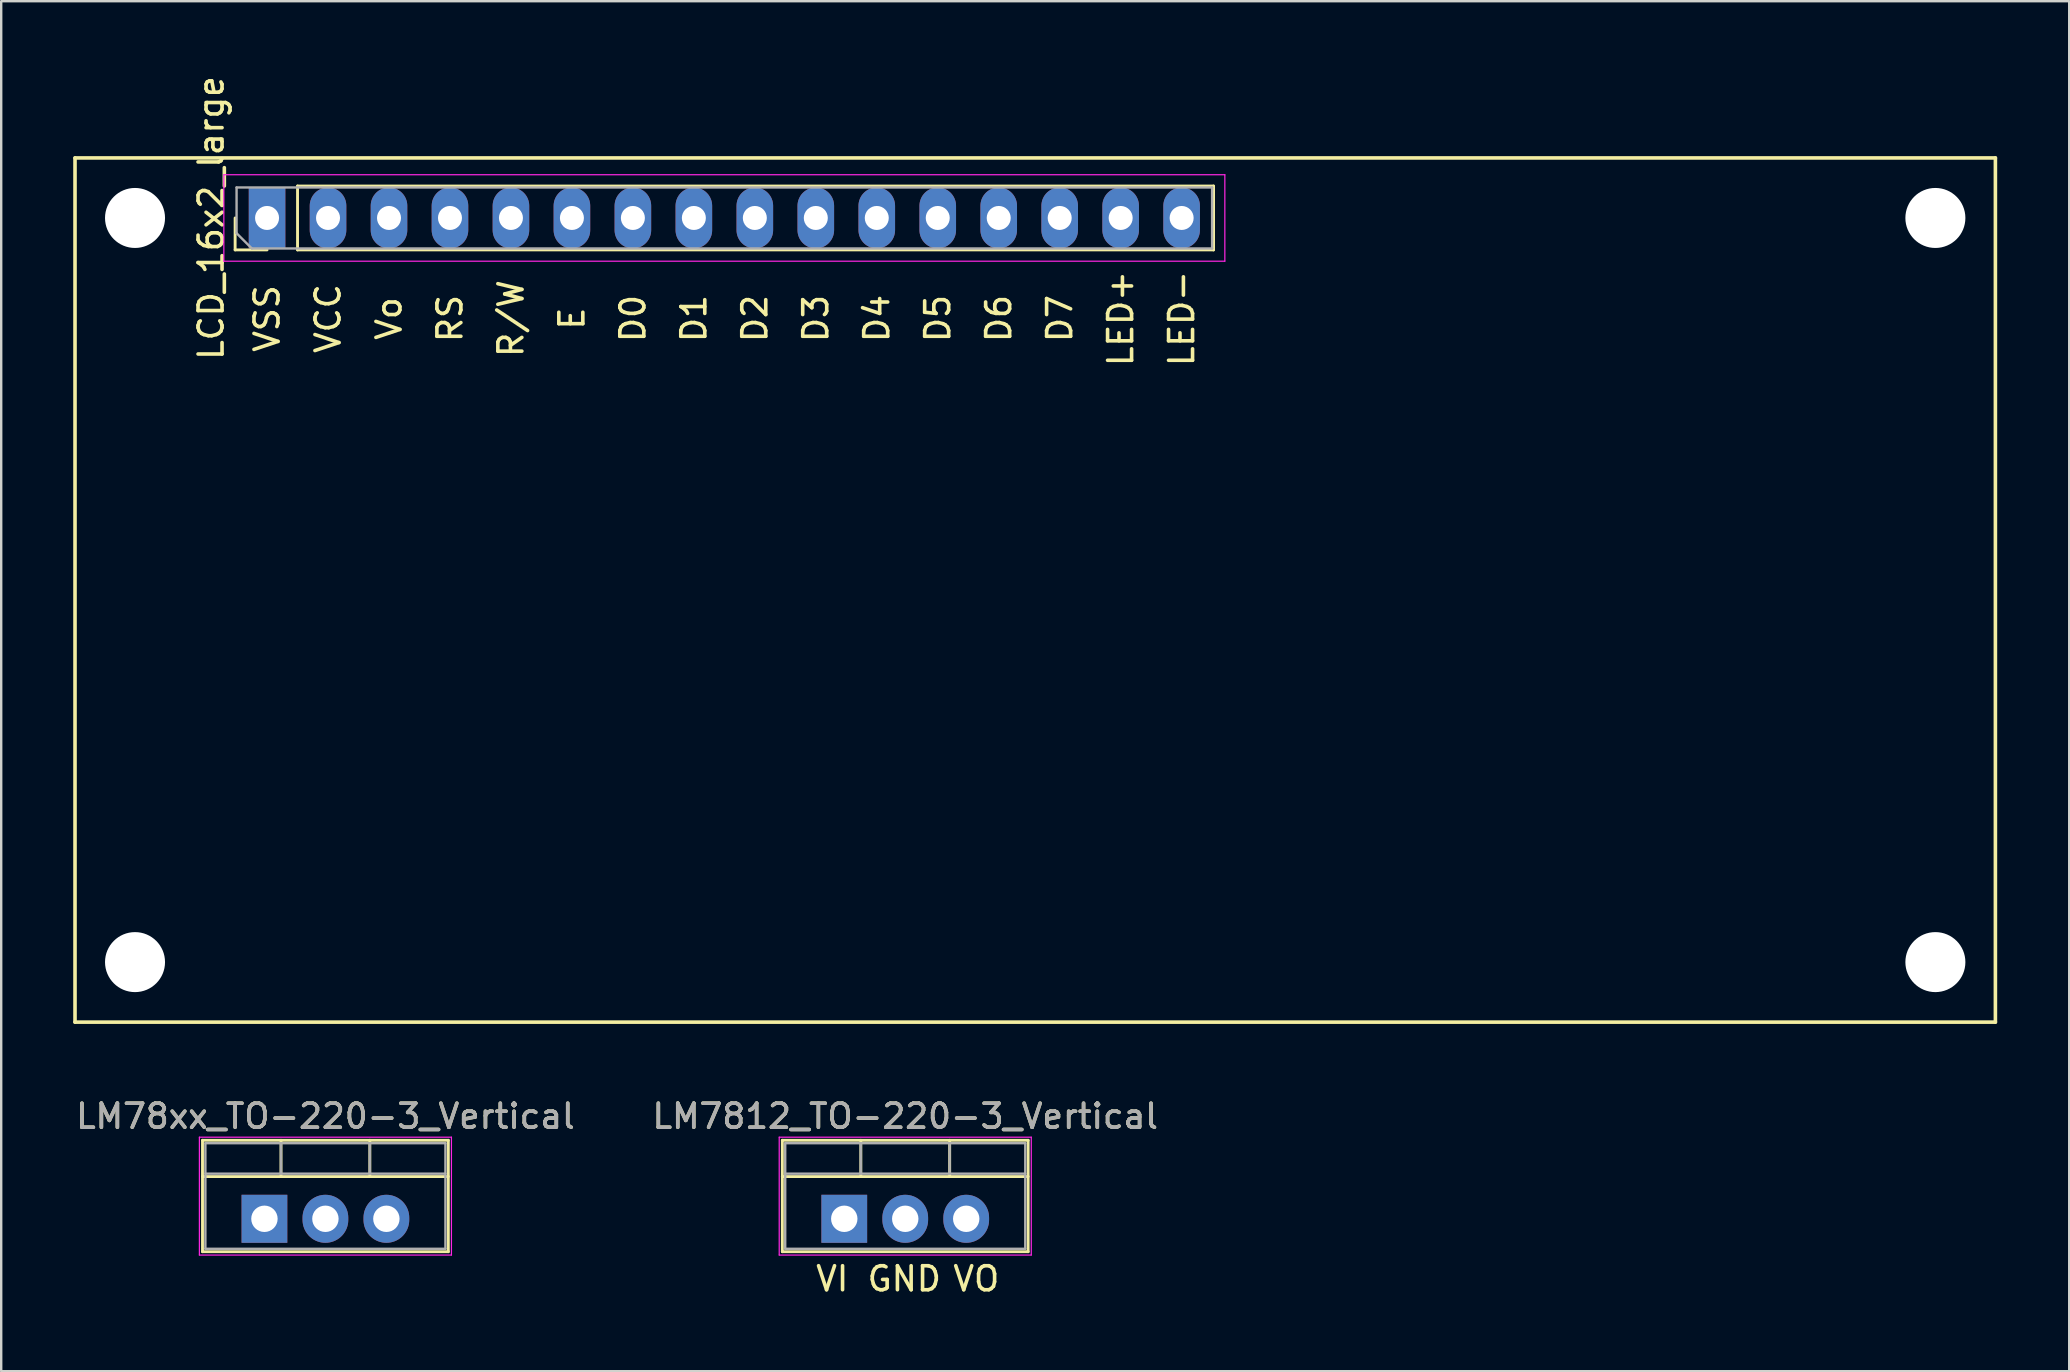
<source format=kicad_pcb>
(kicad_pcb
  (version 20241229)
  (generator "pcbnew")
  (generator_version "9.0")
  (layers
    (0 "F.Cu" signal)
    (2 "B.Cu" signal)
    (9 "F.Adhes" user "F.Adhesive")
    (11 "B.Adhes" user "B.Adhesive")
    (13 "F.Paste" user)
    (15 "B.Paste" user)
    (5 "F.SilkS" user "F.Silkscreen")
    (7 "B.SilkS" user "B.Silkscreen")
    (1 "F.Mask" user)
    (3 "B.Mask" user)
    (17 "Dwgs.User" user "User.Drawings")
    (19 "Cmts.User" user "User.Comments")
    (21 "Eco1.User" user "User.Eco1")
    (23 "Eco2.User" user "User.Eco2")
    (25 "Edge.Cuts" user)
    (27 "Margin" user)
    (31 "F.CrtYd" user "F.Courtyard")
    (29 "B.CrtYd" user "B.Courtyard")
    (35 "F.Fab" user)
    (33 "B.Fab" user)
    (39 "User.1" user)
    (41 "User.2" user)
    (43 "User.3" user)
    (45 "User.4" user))
  (footprint "LCD_16x2_large"
    (layer "F.Cu")
    (at 8.075 6.03)
    (property "Reference" "LCD_16x2_large" (at -2.33 0 90) (layer "F.SilkS") (effects (font (size 1 1) (thickness 0.15))))
    (attr through_hole)
    (fp_line (start -8 -2.5) (end -8 33.5) (stroke (width 0.15) (type solid)) (layer "F.SilkS"))
    (fp_line (start -8 33.5) (end 72 33.5) (stroke (width 0.15) (type solid)) (layer "F.SilkS"))
    (fp_line (start -1.33 1.33) (end -1.33 0) (stroke (width 0.12) (type solid)) (layer "F.SilkS"))
    (fp_line (start 0 1.33) (end -1.33 1.33) (stroke (width 0.12) (type solid)) (layer "F.SilkS"))
    (fp_line (start 1.27 -1.33) (end 39.43 -1.33) (stroke (width 0.12) (type solid)) (layer "F.SilkS"))
    (fp_line (start 1.27 1.33) (end 1.27 -1.33) (stroke (width 0.12) (type solid)) (layer "F.SilkS"))
    (fp_line (start 1.27 1.33) (end 39.43 1.33) (stroke (width 0.12) (type solid)) (layer "F.SilkS"))
    (fp_line (start 39.43 1.33) (end 39.43 -1.33) (stroke (width 0.12) (type solid)) (layer "F.SilkS"))
    (fp_line (start 72 -2.5) (end -8 -2.5) (stroke (width 0.15) (type solid)) (layer "F.SilkS"))
    (fp_line (start 72 33.5) (end 72 -2.5) (stroke (width 0.15) (type solid)) (layer "F.SilkS"))
    (fp_line (start -1.8 -1.8) (end -1.8 1.8) (stroke (width 0.05) (type solid)) (layer "F.CrtYd"))
    (fp_line (start -1.8 1.8) (end 39.9 1.8) (stroke (width 0.05) (type solid)) (layer "F.CrtYd"))
    (fp_line (start 39.9 -1.8) (end -1.8 -1.8) (stroke (width 0.05) (type solid)) (layer "F.CrtYd"))
    (fp_line (start 39.9 1.8) (end 39.9 -1.8) (stroke (width 0.05) (type solid)) (layer "F.CrtYd"))
    (fp_line (start -1.27 -1.27) (end 39.37 -1.27) (stroke (width 0.1) (type solid)) (layer "F.Fab"))
    (fp_line (start -1.27 0.635) (end -1.27 -1.27) (stroke (width 0.1) (type solid)) (layer "F.Fab"))
    (fp_line (start -0.635 1.27) (end -1.27 0.635) (stroke (width 0.1) (type solid)) (layer "F.Fab"))
    (fp_line (start 39.37 -1.27) (end 39.37 1.27) (stroke (width 0.1) (type solid)) (layer "F.Fab"))
    (fp_line (start 39.37 1.27) (end -0.635 1.27) (stroke (width 0.1) (type solid)) (layer "F.Fab"))
    (fp_text user "VSS" (at 0 4.19 90) (layer "F.SilkS") (effects (font (size 1 1) (thickness 0.15))))
    (fp_text user "D7" (at 33.02 4.19 90) (layer "F.SilkS") (effects (font (size 1 1) (thickness 0.15))))
    (fp_text user "D0" (at 15.24 4.19 90) (layer "F.SilkS") (effects (font (size 1 1) (thickness 0.15))))
    (fp_text user "R/W" (at 10.16 4.19 90) (layer "F.SilkS") (effects (font (size 1 1) (thickness 0.15))))
    (fp_text user "D3" (at 22.86 4.19 90) (layer "F.SilkS") (effects (font (size 1 1) (thickness 0.15))))
    (fp_text user "E" (at 12.7 4.19 90) (layer "F.SilkS") (effects (font (size 1 1) (thickness 0.15))))
    (fp_text user "LED-" (at 38.1 4.19 90) (layer "F.SilkS") (effects (font (size 1 1) (thickness 0.15))))
    (fp_text user "D5" (at 27.94 4.19 90) (layer "F.SilkS") (effects (font (size 1 1) (thickness 0.15))))
    (fp_text user "D6" (at 30.48 4.19 90) (layer "F.SilkS") (effects (font (size 1 1) (thickness 0.15))))
    (fp_text user "D1" (at 17.78 4.19 90) (layer "F.SilkS") (effects (font (size 1 1) (thickness 0.15))))
    (fp_text user "RS" (at 7.62 4.19 90) (layer "F.SilkS") (effects (font (size 1 1) (thickness 0.15))))
    (fp_text user "D2" (at 20.32 4.19 90) (layer "F.SilkS") (effects (font (size 1 1) (thickness 0.15))))
    (fp_text user "LED+" (at 35.56 4.19 90) (layer "F.SilkS") (effects (font (size 1 1) (thickness 0.15))))
    (fp_text user "VCC" (at 2.54 4.19 90) (layer "F.SilkS") (effects (font (size 1 1) (thickness 0.15))))
    (fp_text user "Vo" (at 5.08 4.19 90) (layer "F.SilkS") (effects (font (size 1 1) (thickness 0.15))))
    (fp_text user "D4" (at 25.4 4.19 90) (layer "F.SilkS") (effects (font (size 1 1) (thickness 0.15))))
    (pad "" np_thru_hole circle (at -5.5 0) (size 2.5 2.5) (drill 2.5) (layers "*.Cu" "*.Mask"))
    (pad "" np_thru_hole circle (at -5.5 31) (size 2.5 2.5) (drill 2.5) (layers "*.Cu" "*.Mask"))
    (pad "" np_thru_hole circle (at 69.5 0) (size 2.5 2.5) (drill 2.5) (layers "*.Cu" "*.Mask"))
    (pad "" np_thru_hole circle (at 69.5 31) (size 2.5 2.5) (drill 2.5) (layers "*.Cu" "*.Mask"))
    (pad "1" thru_hole rect (at 0 0 90) (size 2.54 1.524) (drill 1) (layers "*.Cu" "*.Mask"))
    (pad "2" thru_hole oval (at 2.54 0 90) (size 2.54 1.524) (drill 1) (layers "*.Cu" "*.Mask"))
    (pad "3" thru_hole oval (at 5.08 0 90) (size 2.54 1.524) (drill 1) (layers "*.Cu" "*.Mask"))
    (pad "4" thru_hole oval (at 7.62 0 90) (size 2.54 1.524) (drill 1) (layers "*.Cu" "*.Mask"))
    (pad "5" thru_hole oval (at 10.16 0 90) (size 2.54 1.524) (drill 1) (layers "*.Cu" "*.Mask"))
    (pad "6" thru_hole oval (at 12.7 0 90) (size 2.54 1.524) (drill 1) (layers "*.Cu" "*.Mask"))
    (pad "7" thru_hole oval (at 15.24 0 90) (size 2.54 1.524) (drill 1) (layers "*.Cu" "*.Mask"))
    (pad "8" thru_hole oval (at 17.78 0 90) (size 2.54 1.524) (drill 1) (layers "*.Cu" "*.Mask"))
    (pad "9" thru_hole oval (at 20.32 0 90) (size 2.54 1.524) (drill 1) (layers "*.Cu" "*.Mask"))
    (pad "10" thru_hole oval (at 22.86 0 90) (size 2.54 1.524) (drill 1) (layers "*.Cu" "*.Mask"))
    (pad "11" thru_hole oval (at 25.4 0 90) (size 2.54 1.524) (drill 1) (layers "*.Cu" "*.Mask"))
    (pad "12" thru_hole oval (at 27.94 0 90) (size 2.54 1.524) (drill 1) (layers "*.Cu" "*.Mask"))
    (pad "13" thru_hole oval (at 30.48 0 90) (size 2.54 1.524) (drill 1) (layers "*.Cu" "*.Mask"))
    (pad "14" thru_hole oval (at 33.02 0 90) (size 2.54 1.524) (drill 1) (layers "*.Cu" "*.Mask"))
    (pad "15" thru_hole oval (at 35.56 0 90) (size 2.54 1.524) (drill 1) (layers "*.Cu" "*.Mask"))
    (pad "16" thru_hole oval (at 38.1 0 90) (size 2.54 1.524) (drill 1) (layers "*.Cu" "*.Mask")))
  (footprint "LM78xx_TO-220-3_Vertical"
    (layer "F.Cu")
    (at 7.966 47.723)
    (property "Reference" "LM78xx_TO-220-3_Vertical" (at 2.54 -4.27 0) (layer "F.SilkS") (effects (font (size 1 1) (thickness 0.15))))
    (attr through_hole)
    (fp_line (start -2.58 -3.27) (end -2.58 1.371) (stroke (width 0.12) (type solid)) (layer "F.SilkS"))
    (fp_line (start -2.58 -3.27) (end 7.66 -3.27) (stroke (width 0.12) (type solid)) (layer "F.SilkS"))
    (fp_line (start -2.58 -1.76) (end 7.66 -1.76) (stroke (width 0.12) (type solid)) (layer "F.SilkS"))
    (fp_line (start -2.58 1.371) (end 7.66 1.371) (stroke (width 0.12) (type solid)) (layer "F.SilkS"))
    (fp_line (start 0.69 -3.27) (end 0.69 -1.76) (stroke (width 0.12) (type solid)) (layer "F.SilkS"))
    (fp_line (start 4.391 -3.27) (end 4.391 -1.76) (stroke (width 0.12) (type solid)) (layer "F.SilkS"))
    (fp_line (start 7.66 -3.27) (end 7.66 1.371) (stroke (width 0.12) (type solid)) (layer "F.SilkS"))
    (fp_line (start -2.71 -3.4) (end -2.71 1.51) (stroke (width 0.05) (type solid)) (layer "F.CrtYd"))
    (fp_line (start -2.71 1.51) (end 7.79 1.51) (stroke (width 0.05) (type solid)) (layer "F.CrtYd"))
    (fp_line (start 7.79 -3.4) (end -2.71 -3.4) (stroke (width 0.05) (type solid)) (layer "F.CrtYd"))
    (fp_line (start 7.79 1.51) (end 7.79 -3.4) (stroke (width 0.05) (type solid)) (layer "F.CrtYd"))
    (fp_line (start -2.46 -3.15) (end -2.46 1.25) (stroke (width 0.1) (type solid)) (layer "F.Fab"))
    (fp_line (start -2.46 -1.88) (end 7.54 -1.88) (stroke (width 0.1) (type solid)) (layer "F.Fab"))
    (fp_line (start -2.46 1.25) (end 7.54 1.25) (stroke (width 0.1) (type solid)) (layer "F.Fab"))
    (fp_line (start 0.69 -3.15) (end 0.69 -1.88) (stroke (width 0.1) (type solid)) (layer "F.Fab"))
    (fp_line (start 4.39 -3.15) (end 4.39 -1.88) (stroke (width 0.1) (type solid)) (layer "F.Fab"))
    (fp_line (start 7.54 -3.15) (end -2.46 -3.15) (stroke (width 0.1) (type solid)) (layer "F.Fab"))
    (fp_line (start 7.54 1.25) (end 7.54 -3.15) (stroke (width 0.1) (type solid)) (layer "F.Fab"))
    (fp_text user "${REFERENCE}" (at 2.54 -4.27 0) (layer "F.Fab") (effects (font (size 1 1) (thickness 0.15))))
    (pad "1" thru_hole rect (at 0 0) (size 1.905 2) (drill 1.1) (layers "*.Cu" "*.Mask"))
    (pad "2" thru_hole oval (at 2.54 0) (size 1.905 2) (drill 1.1) (layers "*.Cu" "*.Mask"))
    (pad "3" thru_hole oval (at 5.08 0) (size 1.905 2) (drill 1.1) (layers "*.Cu" "*.Mask")))
  (footprint "LM7812_TO-220-3_Vertical"
    (layer "F.Cu")
    (at 32.121 47.723)
    (property "Reference" "LM7812_TO-220-3_Vertical" (at 2.54 -4.27 0) (layer "F.SilkS") (effects (font (size 1 1) (thickness 0.15))))
    (attr through_hole)
    (fp_line (start -2.58 -3.27) (end -2.58 1.371) (stroke (width 0.12) (type solid)) (layer "F.SilkS"))
    (fp_line (start -2.58 -3.27) (end 7.66 -3.27) (stroke (width 0.12) (type solid)) (layer "F.SilkS"))
    (fp_line (start -2.58 -1.76) (end 7.66 -1.76) (stroke (width 0.12) (type solid)) (layer "F.SilkS"))
    (fp_line (start -2.58 1.371) (end 7.66 1.371) (stroke (width 0.12) (type solid)) (layer "F.SilkS"))
    (fp_line (start 0.69 -3.27) (end 0.69 -1.76) (stroke (width 0.12) (type solid)) (layer "F.SilkS"))
    (fp_line (start 4.391 -3.27) (end 4.391 -1.76) (stroke (width 0.12) (type solid)) (layer "F.SilkS"))
    (fp_line (start 7.66 -3.27) (end 7.66 1.371) (stroke (width 0.12) (type solid)) (layer "F.SilkS"))
    (fp_line (start -2.71 -3.4) (end -2.71 1.51) (stroke (width 0.05) (type solid)) (layer "F.CrtYd"))
    (fp_line (start -2.71 1.51) (end 7.79 1.51) (stroke (width 0.05) (type solid)) (layer "F.CrtYd"))
    (fp_line (start 7.79 -3.4) (end -2.71 -3.4) (stroke (width 0.05) (type solid)) (layer "F.CrtYd"))
    (fp_line (start 7.79 1.51) (end 7.79 -3.4) (stroke (width 0.05) (type solid)) (layer "F.CrtYd"))
    (fp_line (start -2.46 -3.15) (end -2.46 1.25) (stroke (width 0.1) (type solid)) (layer "F.Fab"))
    (fp_line (start -2.46 -1.88) (end 7.54 -1.88) (stroke (width 0.1) (type solid)) (layer "F.Fab"))
    (fp_line (start -2.46 1.25) (end 7.54 1.25) (stroke (width 0.1) (type solid)) (layer "F.Fab"))
    (fp_line (start 0.69 -3.15) (end 0.69 -1.88) (stroke (width 0.1) (type solid)) (layer "F.Fab"))
    (fp_line (start 4.39 -3.15) (end 4.39 -1.88) (stroke (width 0.1) (type solid)) (layer "F.Fab"))
    (fp_line (start 7.54 -3.15) (end -2.46 -3.15) (stroke (width 0.1) (type solid)) (layer "F.Fab"))
    (fp_line (start 7.54 1.25) (end 7.54 -3.15) (stroke (width 0.1) (type solid)) (layer "F.Fab"))
    (fp_text user "GND" (at 2.5 2.5 0) (layer "F.SilkS") (effects (font (size 1 1) (thickness 0.15))))
    (fp_text user "VO" (at 5.5 2.5 0) (layer "F.SilkS") (effects (font (size 1 1) (thickness 0.15))))
    (fp_text user "VI" (at -0.5 2.5 0) (layer "F.SilkS") (effects (font (size 1 1) (thickness 0.15))))
    (fp_text user "${REFERENCE}" (at 2.54 -4.27 0) (layer "F.Fab") (effects (font (size 1 1) (thickness 0.15))))
    (pad "1" thru_hole rect (at 0 0) (size 1.905 2) (drill 1.1) (layers "*.Cu" "*.Mask"))
    (pad "2" thru_hole oval (at 2.54 0) (size 1.905 2) (drill 1.1) (layers "*.Cu" "*.Mask"))
    (pad "3" thru_hole oval (at 5.08 0) (size 1.905 2) (drill 1.1) (layers "*.Cu" "*.Mask")))
  (gr_rect
    (start -3 -3)
    (end 83.15 54.071)
    (stroke (width 0.1) (type default))
    (fill no)
    (layer "Edge.Cuts")))
</source>
